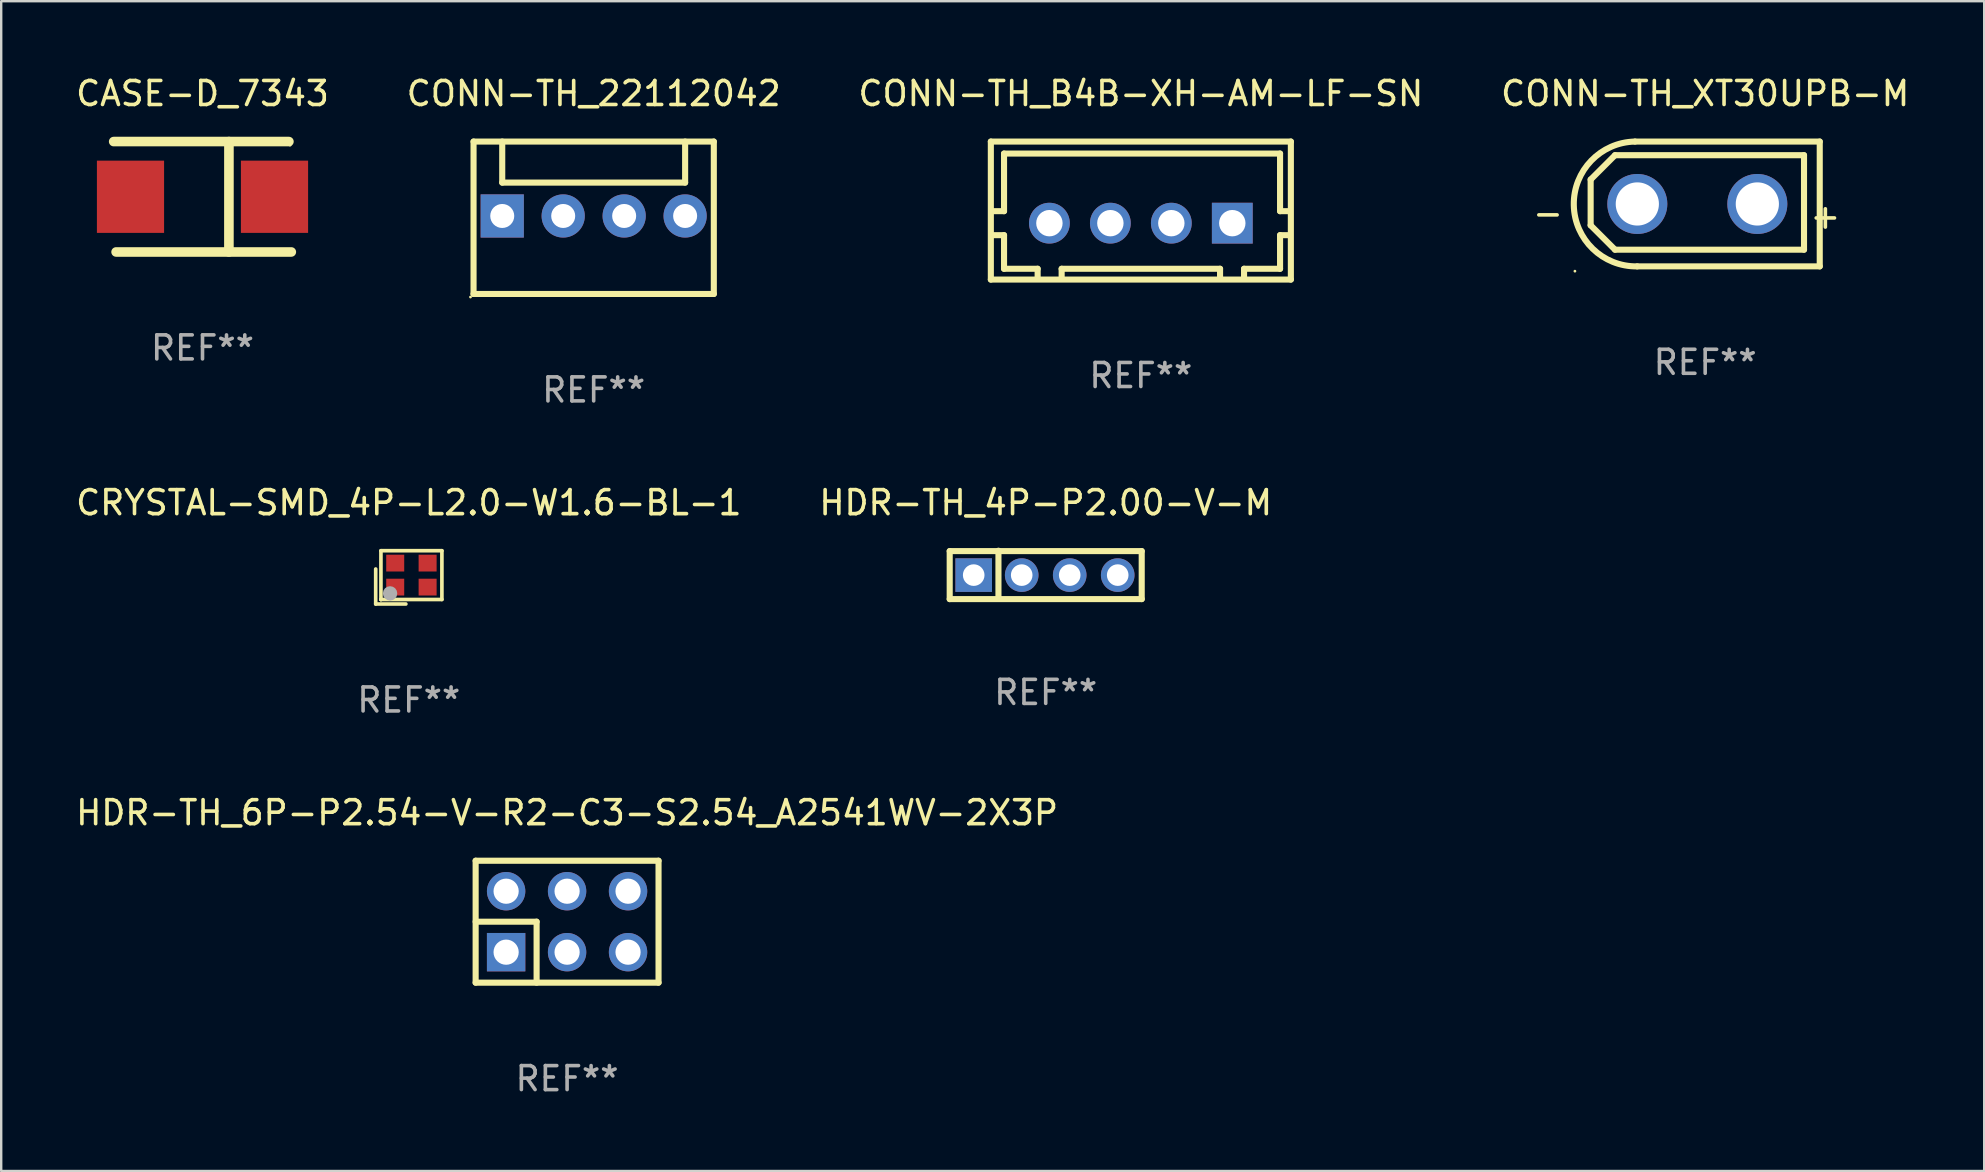
<source format=kicad_pcb>
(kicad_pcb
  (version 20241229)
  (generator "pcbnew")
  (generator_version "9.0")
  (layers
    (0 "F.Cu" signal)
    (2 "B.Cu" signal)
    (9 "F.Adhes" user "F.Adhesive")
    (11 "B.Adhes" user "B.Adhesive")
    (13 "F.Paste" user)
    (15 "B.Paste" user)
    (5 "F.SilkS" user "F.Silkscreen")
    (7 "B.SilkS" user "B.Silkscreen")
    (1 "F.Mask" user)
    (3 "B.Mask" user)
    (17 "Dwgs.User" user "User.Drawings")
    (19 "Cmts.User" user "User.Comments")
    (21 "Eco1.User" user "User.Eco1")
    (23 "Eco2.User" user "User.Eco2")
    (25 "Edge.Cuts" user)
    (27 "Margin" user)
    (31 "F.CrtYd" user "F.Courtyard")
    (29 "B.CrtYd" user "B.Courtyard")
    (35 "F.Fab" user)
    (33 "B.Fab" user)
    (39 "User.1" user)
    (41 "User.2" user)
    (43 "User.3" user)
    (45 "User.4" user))
  (footprint "CONN-TH_22112042"
    (layer "F.Cu")
    (at 21.685 5.948)
    (property "Reference" "CONN-TH_22112042" (at -0.000368 -5.1 0) (layer "F.SilkS") (effects (font (size 1 1) (thickness 0.15))))
    (attr through_hole)
    (fp_line (start -5.005 -3.1) (end 5.005 -3.1) (stroke (width 0.254) (type solid)) (layer "F.SilkS"))
    (fp_line (start -5.005 3.25) (end -5.005 -3.1) (stroke (width 0.254) (type solid)) (layer "F.SilkS"))
    (fp_line (start -5.005 3.25) (end 5.005 3.25) (stroke (width 0.254) (type solid)) (layer "F.SilkS"))
    (fp_line (start -3.81 -1.39) (end -3.81 -3.1) (stroke (width 0.254) (type solid)) (layer "F.SilkS"))
    (fp_line (start -3.81 -1.39) (end 3.81 -1.39) (stroke (width 0.254) (type solid)) (layer "F.SilkS"))
    (fp_line (start 3.81 -1.39) (end 3.81 -3.1) (stroke (width 0.254) (type solid)) (layer "F.SilkS"))
    (fp_line (start 5.005 3.25) (end 5.005 -3.1) (stroke (width 0.254) (type solid)) (layer "F.SilkS"))
    (fp_circle (center -5.132 3.377) (end -5.102 3.377) (stroke (width 0.06) (type solid)) (fill no) (layer "F.SilkS"))
    (fp_text user "REF**" (at -0.000368 7.25 0) (layer "F.Fab") (effects (font (size 1 1) (thickness 0.15))))
    (pad "1" thru_hole rect (at -3.81 0.000076) (size 1.8 1.8) (drill 1) (layers "*.Cu" "*.Mask"))
    (pad "2" thru_hole circle (at -1.27 0.000076) (size 1.8 1.8) (drill 1) (layers "*.Cu" "*.Mask"))
    (pad "3" thru_hole circle (at 1.27 0.000076) (size 1.8 1.8) (drill 1) (layers "*.Cu" "*.Mask"))
    (pad "4" thru_hole circle (at 3.81 0.000076) (size 1.8 1.8) (drill 1) (layers "*.Cu" "*.Mask")))
  (footprint "CASE-D_7343"
    (layer "F.Cu")
    (at 5.387 5.148)
    (property "Reference" "CASE-D_7343" (at 0 -4.3 0) (layer "F.SilkS") (effects (font (size 1 1) (thickness 0.15))))
    (attr smd)
    (fp_line (start -3.7 -2.3) (end 3.6 -2.3) (stroke (width 0.4) (type solid)) (layer "F.SilkS"))
    (fp_line (start 1.1 2.3) (end 1.101 -2.3) (stroke (width 0.4) (type solid)) (layer "F.SilkS"))
    (fp_line (start 3.7 2.3) (end -3.6 2.3) (stroke (width 0.4) (type solid)) (layer "F.SilkS"))
    (fp_circle (center 3.65 -2.15) (end 3.68 -2.15) (stroke (width 0.06) (type solid)) (fill no) (layer "F.SilkS"))
    (fp_text user "REF**" (at 0 6.3 0) (layer "F.Fab") (effects (font (size 1 1) (thickness 0.15))))
    (pad "1" smd rect (at 3 0 180) (size 2.799 3.01) (layers "F.Cu" "F.Mask" "F.Paste"))
    (pad "2" smd rect (at -3 0 180) (size 2.799 3.01) (layers "F.Cu" "F.Mask" "F.Paste")))
  (footprint "HDR-TH_4P-P2.00-V-M"
    (layer "F.Cu")
    (at 40.518 20.911)
    (property "Reference" "HDR-TH_4P-P2.00-V-M" (at 0 -3.016 0) (layer "F.SilkS") (effects (font (size 1 1) (thickness 0.15))))
    (attr through_hole)
    (fp_line (start -4 -1) (end -4 1) (stroke (width 0.254) (type solid)) (layer "F.SilkS"))
    (fp_line (start -4 1) (end 4 1) (stroke (width 0.254) (type solid)) (layer "F.SilkS"))
    (fp_line (start -1.969 -1.016) (end -1.969 0.889) (stroke (width 0.254) (type solid)) (layer "F.SilkS"))
    (fp_line (start 4 -1) (end -4 -1) (stroke (width 0.254) (type solid)) (layer "F.SilkS"))
    (fp_line (start 4 1) (end 4 -1) (stroke (width 0.254) (type solid)) (layer "F.SilkS"))
    (fp_circle (center -4 1) (end -3.97 1) (stroke (width 0.06) (type solid)) (fill no) (layer "F.SilkS"))
    (fp_text user "REF**" (at 0 4.889 0) (layer "F.Fab") (effects (font (size 1 1) (thickness 0.15))))
    (pad "1" thru_hole rect (at -3 0) (size 1.524 1.4) (drill 0.9) (layers "*.Cu" "*.Mask"))
    (pad "2" thru_hole circle (at -1 0) (size 1.4 1.4) (drill 0.9) (layers "*.Cu" "*.Mask"))
    (pad "3" thru_hole circle (at 1 0) (size 1.4 1.4) (drill 0.9) (layers "*.Cu" "*.Mask"))
    (pad "4" thru_hole circle (at 3 0) (size 1.4 1.4) (drill 0.9) (layers "*.Cu" "*.Mask")))
  (footprint "CONN-TH_B4B-XH-AM-LF-SN"
    (layer "F.Cu")
    (at 44.482 6.248)
    (property "Reference" "CONN-TH_B4B-XH-AM-LF-SN" (at 0.000013 -5.4 0) (layer "F.SilkS") (effects (font (size 1 1) (thickness 0.15))))
    (attr through_hole)
    (fp_line (start -6.25 -3.4) (end -6.25 2.35) (stroke (width 0.254) (type solid)) (layer "F.SilkS"))
    (fp_line (start -6.25 2.35) (end 6.25 2.35) (stroke (width 0.254) (type solid)) (layer "F.SilkS"))
    (fp_line (start -6.2 -0.5) (end -5.7 -0.5) (stroke (width 0.254) (type solid)) (layer "F.SilkS"))
    (fp_line (start -5.7 -2.9) (end 5.8 -2.9) (stroke (width 0.254) (type solid)) (layer "F.SilkS"))
    (fp_line (start -5.7 -0.5) (end -5.7 -2.9) (stroke (width 0.254) (type solid)) (layer "F.SilkS"))
    (fp_line (start -5.7 0.5) (end -6.2 0.5) (stroke (width 0.254) (type solid)) (layer "F.SilkS"))
    (fp_line (start -5.7 1.9) (end -5.7 0.5) (stroke (width 0.254) (type solid)) (layer "F.SilkS"))
    (fp_line (start -4.3 1.9) (end -5.7 1.9) (stroke (width 0.254) (type solid)) (layer "F.SilkS"))
    (fp_line (start -4.3 2.3) (end -4.3 1.9) (stroke (width 0.254) (type solid)) (layer "F.SilkS"))
    (fp_line (start -3.3 1.9) (end -3.3 2.3) (stroke (width 0.254) (type solid)) (layer "F.SilkS"))
    (fp_line (start 3.3 1.9) (end -3.3 1.9) (stroke (width 0.254) (type solid)) (layer "F.SilkS"))
    (fp_line (start 3.3 2.3) (end 3.3 1.9) (stroke (width 0.254) (type solid)) (layer "F.SilkS"))
    (fp_line (start 4.3 1.9) (end 4.3 2.3) (stroke (width 0.254) (type solid)) (layer "F.SilkS"))
    (fp_line (start 5.8 -2.9) (end 5.8 -0.5) (stroke (width 0.254) (type solid)) (layer "F.SilkS"))
    (fp_line (start 5.8 -0.5) (end 6.2 -0.5) (stroke (width 0.254) (type solid)) (layer "F.SilkS"))
    (fp_line (start 5.8 0.5) (end 5.8 1.9) (stroke (width 0.254) (type solid)) (layer "F.SilkS"))
    (fp_line (start 5.8 1.9) (end 4.3 1.9) (stroke (width 0.254) (type solid)) (layer "F.SilkS"))
    (fp_line (start 6.2 0.5) (end 5.8 0.5) (stroke (width 0.254) (type solid)) (layer "F.SilkS"))
    (fp_line (start 6.25 -3.4) (end -6.25 -3.4) (stroke (width 0.254) (type solid)) (layer "F.SilkS"))
    (fp_line (start 6.25 2.35) (end 6.25 -3.4) (stroke (width 0.254) (type solid)) (layer "F.SilkS"))
    (fp_circle (center 6.2 -3.395) (end 6.23 -3.395) (stroke (width 0.06) (type solid)) (fill no) (layer "F.SilkS"))
    (fp_text user "REF**" (at 0.000013 6.35 0) (layer "F.Fab") (effects (font (size 1 1) (thickness 0.15))))
    (pad "1" thru_hole rect (at 3.81 0) (size 1.7 1.7) (drill 1.1) (layers "*.Cu" "*.Mask"))
    (pad "2" thru_hole circle (at 1.27 0) (size 1.7 1.7) (drill 1.1) (layers "*.Cu" "*.Mask"))
    (pad "3" thru_hole circle (at -1.27 0) (size 1.7 1.7) (drill 1.1) (layers "*.Cu" "*.Mask"))
    (pad "4" thru_hole circle (at -3.81 0) (size 1.7 1.7) (drill 1.1) (layers "*.Cu" "*.Mask")))
  (footprint "CONN-TH_XT30UPB-M"
    (layer "F.Cu")
    (at 67.667 5.448)
    (property "Reference" "CONN-TH_XT30UPB-M" (at 0.327 -4.6 0) (layer "F.SilkS") (effects (font (size 1 1) (thickness 0.15))))
    (attr through_hole)
    (fp_line (start -4.445 -1.016) (end -3.429 -2.032) (stroke (width 0.254) (type solid)) (layer "F.SilkS"))
    (fp_line (start -4.445 0.889) (end -4.445 -1.016) (stroke (width 0.254) (type solid)) (layer "F.SilkS"))
    (fp_line (start -3.429 -2.032) (end 4.445 -2.032) (stroke (width 0.254) (type solid)) (layer "F.SilkS"))
    (fp_line (start -3.429 1.905) (end -4.445 0.889) (stroke (width 0.254) (type solid)) (layer "F.SilkS"))
    (fp_line (start -2.597 -2.6) (end 5.1 -2.6) (stroke (width 0.254) (type solid)) (layer "F.SilkS"))
    (fp_line (start 4.445 -2.032) (end 4.445 1.905) (stroke (width 0.254) (type solid)) (layer "F.SilkS"))
    (fp_line (start 4.445 1.905) (end -3.429 1.905) (stroke (width 0.254) (type solid)) (layer "F.SilkS"))
    (fp_line (start 5.1 -2.6) (end 5.1 2.6) (stroke (width 0.254) (type solid)) (layer "F.SilkS"))
    (fp_line (start 5.1 2.6) (end -2.506 2.6) (stroke (width 0.254) (type solid)) (layer "F.SilkS"))
    (fp_arc (start -2.506121 2.600406) (mid -5.144239 0.045438) (end -2.59685 -2.6) (stroke (width 0.254001) (type solid)) (layer "F.SilkS"))
    (fp_circle (center -5.1 2.8) (end -5.07 2.8) (stroke (width 0.06) (type solid)) (fill no) (layer "F.SilkS"))
    (fp_text user "+" (at 5.334 0.508 0) (layer "F.SilkS") (effects (font (size 1 1) (thickness 0.15))))
    (fp_text user "-" (at -6.223 0.381 0) (layer "F.SilkS") (effects (font (size 1 1) (thickness 0.15))))
    (fp_text user "REF**" (at 0.327 6.6 0) (layer "F.Fab") (effects (font (size 1 1) (thickness 0.15))))
    (pad "1" thru_hole circle (at -2.5 0) (size 2.5 2.5) (drill 1.8) (layers "*.Cu" "*.Mask"))
    (pad "2" thru_hole circle (at 2.5 0) (size 2.5 2.5) (drill 1.8) (layers "*.Cu" "*.Mask")))
  (footprint "CRYSTAL-SMD_4P-L2.0-W1.6-BL-1"
    (layer "F.Cu")
    (at 14.091 20.911)
    (property "Reference" "CRYSTAL-SMD_4P-L2.0-W1.6-BL-1" (at -0.109 -3.016 0) (layer "F.SilkS") (effects (font (size 1 1) (thickness 0.15))))
    (attr smd)
    (fp_line (start -1.488 -0.254) (end -1.488 1.204) (stroke (width 0.152) (type solid)) (layer "F.SilkS"))
    (fp_line (start -1.488 1.204) (end -0.231 1.204) (stroke (width 0.152) (type solid)) (layer "F.SilkS"))
    (fp_line (start -1.27 -1.016) (end 1.27 -1.016) (stroke (width 0.152) (type solid)) (layer "F.SilkS"))
    (fp_line (start -1.27 1.016) (end -1.27 -1.016) (stroke (width 0.152) (type solid)) (layer "F.SilkS"))
    (fp_line (start -1.27 1.016) (end -1.27 1.016) (stroke (width 0.152) (type solid)) (layer "F.SilkS"))
    (fp_line (start -1.27 1.016) (end -1.27 1.016) (stroke (width 0.152) (type solid)) (layer "F.SilkS"))
    (fp_line (start 1.27 -1.016) (end 1.27 1.016) (stroke (width 0.152) (type solid)) (layer "F.SilkS"))
    (fp_line (start 1.27 1.016) (end -1.27 1.016) (stroke (width 0.152) (type solid)) (layer "F.SilkS"))
    (fp_circle (center -1 0.8) (end -0.97 0.8) (stroke (width 0.06) (type solid)) (fill no) (layer "F.SilkS"))
    (fp_circle (center -0.889 0.762) (end -0.739 0.762) (stroke (width 0.3) (type solid)) (fill no) (layer "F.Fab"))
    (fp_text user "REF**" (at -0.109 5.204 0) (layer "F.Fab") (effects (font (size 1 1) (thickness 0.15))))
    (pad "1" smd rect (at -0.675 0.5) (size 0.75 0.7) (layers "F.Cu" "F.Mask" "F.Paste"))
    (pad "2" smd rect (at 0.675 0.5) (size 0.75 0.7) (layers "F.Cu" "F.Mask" "F.Paste"))
    (pad "3" smd rect (at 0.675 -0.5) (size 0.75 0.7) (layers "F.Cu" "F.Mask" "F.Paste"))
    (pad "4" smd rect (at -0.675 -0.5) (size 0.75 0.7) (layers "F.Cu" "F.Mask" "F.Paste")))
  (footprint "HDR-TH_6P-P2.54-V-R2-C3-S2.54_A2541WV-2X3P"
    (layer "F.Cu")
    (at 20.577 35.351)
    (property "Reference" "HDR-TH_6P-P2.54-V-R2-C3-S2.54_A2541WV-2X3P" (at 0 -4.54 0) (layer "F.SilkS") (effects (font (size 1 1) (thickness 0.15))))
    (attr through_hole)
    (fp_line (start -3.81 -2.54) (end 3.81 -2.54) (stroke (width 0.254) (type solid)) (layer "F.SilkS"))
    (fp_line (start -3.81 0) (end -1.27 0) (stroke (width 0.254) (type solid)) (layer "F.SilkS"))
    (fp_line (start -3.81 2.54) (end -3.81 -2.54) (stroke (width 0.254) (type solid)) (layer "F.SilkS"))
    (fp_line (start -1.27 0) (end -1.27 2.54) (stroke (width 0.254) (type solid)) (layer "F.SilkS"))
    (fp_line (start 3.81 -2.54) (end 3.81 2.54) (stroke (width 0.254) (type solid)) (layer "F.SilkS"))
    (fp_line (start 3.81 2.54) (end -3.81 2.54) (stroke (width 0.254) (type solid)) (layer "F.SilkS"))
    (fp_circle (center -3.8 2.54) (end -3.77 2.54) (stroke (width 0.06) (type solid)) (fill no) (layer "F.SilkS"))
    (fp_text user "REF**" (at 0 6.54 0) (layer "F.Fab") (effects (font (size 1 1) (thickness 0.15))))
    (pad "1" thru_hole rect (at -2.54 1.27) (size 1.6 1.6) (drill 1.05) (layers "*.Cu" "*.Mask"))
    (pad "2" thru_hole circle (at -2.54 -1.27) (size 1.6 1.6) (drill 1.05) (layers "*.Cu" "*.Mask"))
    (pad "3" thru_hole circle (at 0 1.27) (size 1.6 1.6) (drill 1.05) (layers "*.Cu" "*.Mask"))
    (pad "4" thru_hole circle (at 0 -1.27) (size 1.6 1.6) (drill 1.05) (layers "*.Cu" "*.Mask"))
    (pad "5" thru_hole circle (at 2.54 1.27) (size 1.6 1.6) (drill 1.05) (layers "*.Cu" "*.Mask"))
    (pad "6" thru_hole circle (at 2.54 -1.27) (size 1.6 1.6) (drill 1.05) (layers "*.Cu" "*.Mask")))
  (gr_rect
    (start -3 -3)
    (end 79.619 45.739)
    (stroke (width 0.1) (type default))
    (fill no)
    (layer "Edge.Cuts")))
</source>
